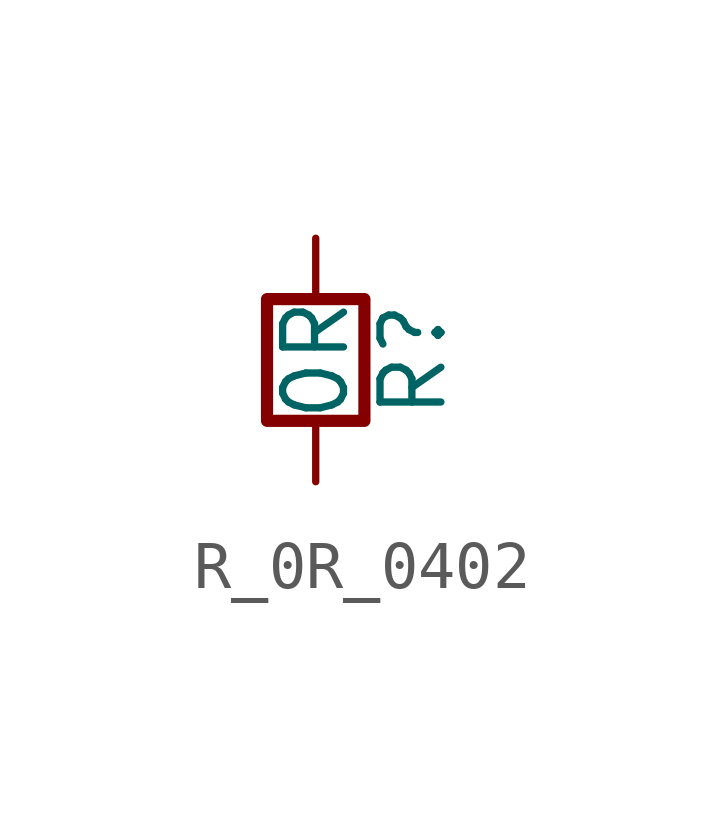
<source format=kicad_sym>
(kicad_symbol_lib
  (version 20231120)
  (generator "kicad_symbol_editor")
  (generator_version "8.0")
  (symbol "R_0R_0402"
    (pin_numbers hide)
    (pin_names
      (offset 0))
    (property "Reference" "R"
      (at 2.032 0 90)
      (effects (font (size 1.27 1.27))))
    (property "Value" "0R"
      (at 0 0 90)
      (effects (font (size 1.27 1.27))))
    (symbol "R_0R_0402_0_1"
      (rectangle (start -1.016 1.27) (end 1.016 -1.27) (stroke (width 0.254) (type default)) (fill (type none))))
    (symbol "R_0R_0402_1_1"
      (pin passive line (at 0 2.54 270) (length 1.27) (name "~" (effects (font (size 1.27 1.27)))) (number "1" (effects (font (size 1.27 1.27)))))
      (pin passive line (at 0 -2.54 90) (length 1.27) (name "~" (effects (font (size 1.27 1.27)))) (number "2" (effects (font (size 1.27 1.27))))))))
</source>
